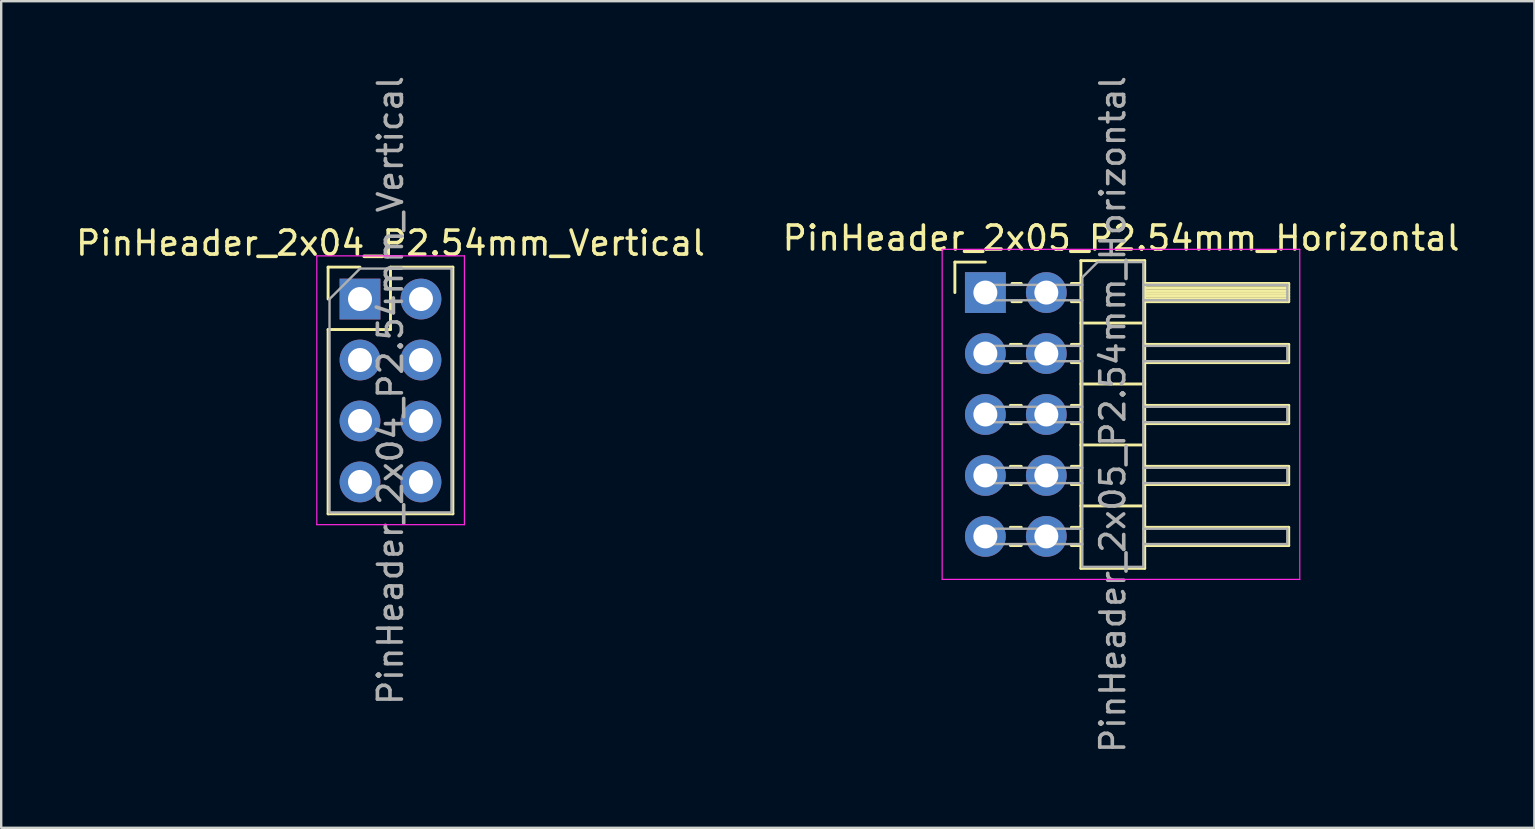
<source format=kicad_pcb>
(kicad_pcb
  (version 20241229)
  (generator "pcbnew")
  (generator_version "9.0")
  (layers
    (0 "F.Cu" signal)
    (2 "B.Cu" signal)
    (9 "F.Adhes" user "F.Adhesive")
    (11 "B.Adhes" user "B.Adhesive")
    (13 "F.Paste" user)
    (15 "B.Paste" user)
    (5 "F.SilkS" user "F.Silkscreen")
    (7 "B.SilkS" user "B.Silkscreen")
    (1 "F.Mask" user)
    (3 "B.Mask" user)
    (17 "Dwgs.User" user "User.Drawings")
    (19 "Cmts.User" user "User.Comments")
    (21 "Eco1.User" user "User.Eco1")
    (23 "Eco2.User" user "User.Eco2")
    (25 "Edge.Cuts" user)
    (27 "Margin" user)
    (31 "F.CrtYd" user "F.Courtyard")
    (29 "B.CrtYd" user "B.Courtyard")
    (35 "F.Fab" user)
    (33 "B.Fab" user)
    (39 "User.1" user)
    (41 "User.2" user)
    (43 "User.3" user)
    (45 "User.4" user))
  (footprint "PinHeader_2x05_P2.54mm_Horizontal"
    (layer "F.Cu")
    (at 38.006 9.14)
    (property "Reference" "PinHeader_2x05_P2.54mm_Horizontal" (at 5.655 -2.27 0) (layer "F.SilkS") (effects (font (size 1 1) (thickness 0.15))))
    (attr through_hole)
    (fp_line (start -1.27 -1.27) (end 0 -1.27) (stroke (width 0.12) (type solid)) (layer "F.SilkS"))
    (fp_line (start -1.27 0) (end -1.27 -1.27) (stroke (width 0.12) (type solid)) (layer "F.SilkS"))
    (fp_line (start 1.043 2.16) (end 1.497 2.16) (stroke (width 0.12) (type solid)) (layer "F.SilkS"))
    (fp_line (start 1.043 2.92) (end 1.497 2.92) (stroke (width 0.12) (type solid)) (layer "F.SilkS"))
    (fp_line (start 1.043 4.7) (end 1.497 4.7) (stroke (width 0.12) (type solid)) (layer "F.SilkS"))
    (fp_line (start 1.043 5.46) (end 1.497 5.46) (stroke (width 0.12) (type solid)) (layer "F.SilkS"))
    (fp_line (start 1.043 7.24) (end 1.497 7.24) (stroke (width 0.12) (type solid)) (layer "F.SilkS"))
    (fp_line (start 1.043 8) (end 1.497 8) (stroke (width 0.12) (type solid)) (layer "F.SilkS"))
    (fp_line (start 1.043 9.78) (end 1.497 9.78) (stroke (width 0.12) (type solid)) (layer "F.SilkS"))
    (fp_line (start 1.043 10.54) (end 1.497 10.54) (stroke (width 0.12) (type solid)) (layer "F.SilkS"))
    (fp_line (start 1.11 -0.38) (end 1.497 -0.38) (stroke (width 0.12) (type solid)) (layer "F.SilkS"))
    (fp_line (start 1.11 0.38) (end 1.497 0.38) (stroke (width 0.12) (type solid)) (layer "F.SilkS"))
    (fp_line (start 3.583 -0.38) (end 3.98 -0.38) (stroke (width 0.12) (type solid)) (layer "F.SilkS"))
    (fp_line (start 3.583 0.38) (end 3.98 0.38) (stroke (width 0.12) (type solid)) (layer "F.SilkS"))
    (fp_line (start 3.583 2.16) (end 3.98 2.16) (stroke (width 0.12) (type solid)) (layer "F.SilkS"))
    (fp_line (start 3.583 2.92) (end 3.98 2.92) (stroke (width 0.12) (type solid)) (layer "F.SilkS"))
    (fp_line (start 3.583 4.7) (end 3.98 4.7) (stroke (width 0.12) (type solid)) (layer "F.SilkS"))
    (fp_line (start 3.583 5.46) (end 3.98 5.46) (stroke (width 0.12) (type solid)) (layer "F.SilkS"))
    (fp_line (start 3.583 7.24) (end 3.98 7.24) (stroke (width 0.12) (type solid)) (layer "F.SilkS"))
    (fp_line (start 3.583 8) (end 3.98 8) (stroke (width 0.12) (type solid)) (layer "F.SilkS"))
    (fp_line (start 3.583 9.78) (end 3.98 9.78) (stroke (width 0.12) (type solid)) (layer "F.SilkS"))
    (fp_line (start 3.583 10.54) (end 3.98 10.54) (stroke (width 0.12) (type solid)) (layer "F.SilkS"))
    (fp_line (start 3.98 -1.33) (end 3.98 11.49) (stroke (width 0.12) (type solid)) (layer "F.SilkS"))
    (fp_line (start 3.98 1.27) (end 6.64 1.27) (stroke (width 0.12) (type solid)) (layer "F.SilkS"))
    (fp_line (start 3.98 3.81) (end 6.64 3.81) (stroke (width 0.12) (type solid)) (layer "F.SilkS"))
    (fp_line (start 3.98 6.35) (end 6.64 6.35) (stroke (width 0.12) (type solid)) (layer "F.SilkS"))
    (fp_line (start 3.98 8.89) (end 6.64 8.89) (stroke (width 0.12) (type solid)) (layer "F.SilkS"))
    (fp_line (start 3.98 11.49) (end 6.64 11.49) (stroke (width 0.12) (type solid)) (layer "F.SilkS"))
    (fp_line (start 6.64 -1.33) (end 3.98 -1.33) (stroke (width 0.12) (type solid)) (layer "F.SilkS"))
    (fp_line (start 6.64 -0.38) (end 12.64 -0.38) (stroke (width 0.12) (type solid)) (layer "F.SilkS"))
    (fp_line (start 6.64 -0.32) (end 12.64 -0.32) (stroke (width 0.12) (type solid)) (layer "F.SilkS"))
    (fp_line (start 6.64 -0.2) (end 12.64 -0.2) (stroke (width 0.12) (type solid)) (layer "F.SilkS"))
    (fp_line (start 6.64 -0.08) (end 12.64 -0.08) (stroke (width 0.12) (type solid)) (layer "F.SilkS"))
    (fp_line (start 6.64 0.04) (end 12.64 0.04) (stroke (width 0.12) (type solid)) (layer "F.SilkS"))
    (fp_line (start 6.64 0.16) (end 12.64 0.16) (stroke (width 0.12) (type solid)) (layer "F.SilkS"))
    (fp_line (start 6.64 0.28) (end 12.64 0.28) (stroke (width 0.12) (type solid)) (layer "F.SilkS"))
    (fp_line (start 6.64 2.16) (end 12.64 2.16) (stroke (width 0.12) (type solid)) (layer "F.SilkS"))
    (fp_line (start 6.64 4.7) (end 12.64 4.7) (stroke (width 0.12) (type solid)) (layer "F.SilkS"))
    (fp_line (start 6.64 7.24) (end 12.64 7.24) (stroke (width 0.12) (type solid)) (layer "F.SilkS"))
    (fp_line (start 6.64 9.78) (end 12.64 9.78) (stroke (width 0.12) (type solid)) (layer "F.SilkS"))
    (fp_line (start 6.64 11.49) (end 6.64 -1.33) (stroke (width 0.12) (type solid)) (layer "F.SilkS"))
    (fp_line (start 12.64 -0.38) (end 12.64 0.38) (stroke (width 0.12) (type solid)) (layer "F.SilkS"))
    (fp_line (start 12.64 0.38) (end 6.64 0.38) (stroke (width 0.12) (type solid)) (layer "F.SilkS"))
    (fp_line (start 12.64 2.16) (end 12.64 2.92) (stroke (width 0.12) (type solid)) (layer "F.SilkS"))
    (fp_line (start 12.64 2.92) (end 6.64 2.92) (stroke (width 0.12) (type solid)) (layer "F.SilkS"))
    (fp_line (start 12.64 4.7) (end 12.64 5.46) (stroke (width 0.12) (type solid)) (layer "F.SilkS"))
    (fp_line (start 12.64 5.46) (end 6.64 5.46) (stroke (width 0.12) (type solid)) (layer "F.SilkS"))
    (fp_line (start 12.64 7.24) (end 12.64 8) (stroke (width 0.12) (type solid)) (layer "F.SilkS"))
    (fp_line (start 12.64 8) (end 6.64 8) (stroke (width 0.12) (type solid)) (layer "F.SilkS"))
    (fp_line (start 12.64 9.78) (end 12.64 10.54) (stroke (width 0.12) (type solid)) (layer "F.SilkS"))
    (fp_line (start 12.64 10.54) (end 6.64 10.54) (stroke (width 0.12) (type solid)) (layer "F.SilkS"))
    (fp_line (start -1.8 -1.8) (end -1.8 11.95) (stroke (width 0.05) (type solid)) (layer "F.CrtYd"))
    (fp_line (start -1.8 11.95) (end 13.1 11.95) (stroke (width 0.05) (type solid)) (layer "F.CrtYd"))
    (fp_line (start 13.1 -1.8) (end -1.8 -1.8) (stroke (width 0.05) (type solid)) (layer "F.CrtYd"))
    (fp_line (start 13.1 11.95) (end 13.1 -1.8) (stroke (width 0.05) (type solid)) (layer "F.CrtYd"))
    (fp_line (start -0.32 -0.32) (end -0.32 0.32) (stroke (width 0.1) (type solid)) (layer "F.Fab"))
    (fp_line (start -0.32 -0.32) (end 4.04 -0.32) (stroke (width 0.1) (type solid)) (layer "F.Fab"))
    (fp_line (start -0.32 0.32) (end 4.04 0.32) (stroke (width 0.1) (type solid)) (layer "F.Fab"))
    (fp_line (start -0.32 2.22) (end -0.32 2.86) (stroke (width 0.1) (type solid)) (layer "F.Fab"))
    (fp_line (start -0.32 2.22) (end 4.04 2.22) (stroke (width 0.1) (type solid)) (layer "F.Fab"))
    (fp_line (start -0.32 2.86) (end 4.04 2.86) (stroke (width 0.1) (type solid)) (layer "F.Fab"))
    (fp_line (start -0.32 4.76) (end -0.32 5.4) (stroke (width 0.1) (type solid)) (layer "F.Fab"))
    (fp_line (start -0.32 4.76) (end 4.04 4.76) (stroke (width 0.1) (type solid)) (layer "F.Fab"))
    (fp_line (start -0.32 5.4) (end 4.04 5.4) (stroke (width 0.1) (type solid)) (layer "F.Fab"))
    (fp_line (start -0.32 7.3) (end -0.32 7.94) (stroke (width 0.1) (type solid)) (layer "F.Fab"))
    (fp_line (start -0.32 7.3) (end 4.04 7.3) (stroke (width 0.1) (type solid)) (layer "F.Fab"))
    (fp_line (start -0.32 7.94) (end 4.04 7.94) (stroke (width 0.1) (type solid)) (layer "F.Fab"))
    (fp_line (start -0.32 9.84) (end -0.32 10.48) (stroke (width 0.1) (type solid)) (layer "F.Fab"))
    (fp_line (start -0.32 9.84) (end 4.04 9.84) (stroke (width 0.1) (type solid)) (layer "F.Fab"))
    (fp_line (start -0.32 10.48) (end 4.04 10.48) (stroke (width 0.1) (type solid)) (layer "F.Fab"))
    (fp_line (start 4.04 -0.635) (end 4.675 -1.27) (stroke (width 0.1) (type solid)) (layer "F.Fab"))
    (fp_line (start 4.04 11.43) (end 4.04 -0.635) (stroke (width 0.1) (type solid)) (layer "F.Fab"))
    (fp_line (start 4.675 -1.27) (end 6.58 -1.27) (stroke (width 0.1) (type solid)) (layer "F.Fab"))
    (fp_line (start 6.58 -1.27) (end 6.58 11.43) (stroke (width 0.1) (type solid)) (layer "F.Fab"))
    (fp_line (start 6.58 -0.32) (end 12.58 -0.32) (stroke (width 0.1) (type solid)) (layer "F.Fab"))
    (fp_line (start 6.58 0.32) (end 12.58 0.32) (stroke (width 0.1) (type solid)) (layer "F.Fab"))
    (fp_line (start 6.58 2.22) (end 12.58 2.22) (stroke (width 0.1) (type solid)) (layer "F.Fab"))
    (fp_line (start 6.58 2.86) (end 12.58 2.86) (stroke (width 0.1) (type solid)) (layer "F.Fab"))
    (fp_line (start 6.58 4.76) (end 12.58 4.76) (stroke (width 0.1) (type solid)) (layer "F.Fab"))
    (fp_line (start 6.58 5.4) (end 12.58 5.4) (stroke (width 0.1) (type solid)) (layer "F.Fab"))
    (fp_line (start 6.58 7.3) (end 12.58 7.3) (stroke (width 0.1) (type solid)) (layer "F.Fab"))
    (fp_line (start 6.58 7.94) (end 12.58 7.94) (stroke (width 0.1) (type solid)) (layer "F.Fab"))
    (fp_line (start 6.58 9.84) (end 12.58 9.84) (stroke (width 0.1) (type solid)) (layer "F.Fab"))
    (fp_line (start 6.58 10.48) (end 12.58 10.48) (stroke (width 0.1) (type solid)) (layer "F.Fab"))
    (fp_line (start 6.58 11.43) (end 4.04 11.43) (stroke (width 0.1) (type solid)) (layer "F.Fab"))
    (fp_line (start 12.58 -0.32) (end 12.58 0.32) (stroke (width 0.1) (type solid)) (layer "F.Fab"))
    (fp_line (start 12.58 2.22) (end 12.58 2.86) (stroke (width 0.1) (type solid)) (layer "F.Fab"))
    (fp_line (start 12.58 4.76) (end 12.58 5.4) (stroke (width 0.1) (type solid)) (layer "F.Fab"))
    (fp_line (start 12.58 7.3) (end 12.58 7.94) (stroke (width 0.1) (type solid)) (layer "F.Fab"))
    (fp_line (start 12.58 9.84) (end 12.58 10.48) (stroke (width 0.1) (type solid)) (layer "F.Fab"))
    (fp_text user "${REFERENCE}" (at 5.31 5.08 90) (layer "F.Fab") (effects (font (size 1 1) (thickness 0.15))))
    (pad "1" thru_hole rect (at 0 0) (size 1.7 1.7) (drill 1) (layers "*.Cu" "*.Mask"))
    (pad "2" thru_hole oval (at 2.54 0) (size 1.7 1.7) (drill 1) (layers "*.Cu" "*.Mask"))
    (pad "3" thru_hole oval (at 0 2.54) (size 1.7 1.7) (drill 1) (layers "*.Cu" "*.Mask"))
    (pad "4" thru_hole oval (at 2.54 2.54) (size 1.7 1.7) (drill 1) (layers "*.Cu" "*.Mask"))
    (pad "5" thru_hole oval (at 0 5.08) (size 1.7 1.7) (drill 1) (layers "*.Cu" "*.Mask"))
    (pad "6" thru_hole oval (at 2.54 5.08) (size 1.7 1.7) (drill 1) (layers "*.Cu" "*.Mask"))
    (pad "7" thru_hole oval (at 0 7.62) (size 1.7 1.7) (drill 1) (layers "*.Cu" "*.Mask"))
    (pad "8" thru_hole oval (at 2.54 7.62) (size 1.7 1.7) (drill 1) (layers "*.Cu" "*.Mask"))
    (pad "9" thru_hole oval (at 0 10.16) (size 1.7 1.7) (drill 1) (layers "*.Cu" "*.Mask"))
    (pad "10" thru_hole oval (at 2.54 10.16) (size 1.7 1.7) (drill 1) (layers "*.Cu" "*.Mask")))
  (footprint "PinHeader_2x04_P2.54mm_Vertical"
    (layer "F.Cu")
    (at 11.95 9.41)
    (property "Reference" "PinHeader_2x04_P2.54mm_Vertical" (at 1.27 -2.33 0) (layer "F.SilkS") (effects (font (size 1 1) (thickness 0.15))))
    (attr through_hole)
    (fp_line (start -1.33 -1.33) (end 0 -1.33) (stroke (width 0.12) (type solid)) (layer "F.SilkS"))
    (fp_line (start -1.33 0) (end -1.33 -1.33) (stroke (width 0.12) (type solid)) (layer "F.SilkS"))
    (fp_line (start -1.33 1.27) (end -1.33 8.95) (stroke (width 0.12) (type solid)) (layer "F.SilkS"))
    (fp_line (start -1.33 1.27) (end 1.27 1.27) (stroke (width 0.12) (type solid)) (layer "F.SilkS"))
    (fp_line (start -1.33 8.95) (end 3.87 8.95) (stroke (width 0.12) (type solid)) (layer "F.SilkS"))
    (fp_line (start 1.27 -1.33) (end 3.87 -1.33) (stroke (width 0.12) (type solid)) (layer "F.SilkS"))
    (fp_line (start 1.27 1.27) (end 1.27 -1.33) (stroke (width 0.12) (type solid)) (layer "F.SilkS"))
    (fp_line (start 3.87 -1.33) (end 3.87 8.95) (stroke (width 0.12) (type solid)) (layer "F.SilkS"))
    (fp_line (start -1.8 -1.8) (end -1.8 9.4) (stroke (width 0.05) (type solid)) (layer "F.CrtYd"))
    (fp_line (start -1.8 9.4) (end 4.35 9.4) (stroke (width 0.05) (type solid)) (layer "F.CrtYd"))
    (fp_line (start 4.35 -1.8) (end -1.8 -1.8) (stroke (width 0.05) (type solid)) (layer "F.CrtYd"))
    (fp_line (start 4.35 9.4) (end 4.35 -1.8) (stroke (width 0.05) (type solid)) (layer "F.CrtYd"))
    (fp_line (start -1.27 0) (end 0 -1.27) (stroke (width 0.1) (type solid)) (layer "F.Fab"))
    (fp_line (start -1.27 8.89) (end -1.27 0) (stroke (width 0.1) (type solid)) (layer "F.Fab"))
    (fp_line (start 0 -1.27) (end 3.81 -1.27) (stroke (width 0.1) (type solid)) (layer "F.Fab"))
    (fp_line (start 3.81 -1.27) (end 3.81 8.89) (stroke (width 0.1) (type solid)) (layer "F.Fab"))
    (fp_line (start 3.81 8.89) (end -1.27 8.89) (stroke (width 0.1) (type solid)) (layer "F.Fab"))
    (fp_text user "${REFERENCE}" (at 1.27 3.81 90) (layer "F.Fab") (effects (font (size 1 1) (thickness 0.15))))
    (pad "1" thru_hole rect (at 0 0) (size 1.7 1.7) (drill 1) (layers "*.Cu" "*.Mask"))
    (pad "2" thru_hole oval (at 2.54 0) (size 1.7 1.7) (drill 1) (layers "*.Cu" "*.Mask"))
    (pad "3" thru_hole oval (at 0 2.54) (size 1.7 1.7) (drill 1) (layers "*.Cu" "*.Mask"))
    (pad "4" thru_hole oval (at 2.54 2.54) (size 1.7 1.7) (drill 1) (layers "*.Cu" "*.Mask"))
    (pad "5" thru_hole oval (at 0 5.08) (size 1.7 1.7) (drill 1) (layers "*.Cu" "*.Mask"))
    (pad "6" thru_hole oval (at 2.54 5.08) (size 1.7 1.7) (drill 1) (layers "*.Cu" "*.Mask"))
    (pad "7" thru_hole oval (at 0 7.62) (size 1.7 1.7) (drill 1) (layers "*.Cu" "*.Mask"))
    (pad "8" thru_hole oval (at 2.54 7.62) (size 1.7 1.7) (drill 1) (layers "*.Cu" "*.Mask")))
  (gr_rect
    (start -3 -3)
    (end 60.881 31.44)
    (stroke (width 0.1) (type default))
    (fill no)
    (layer "Edge.Cuts")))
</source>
